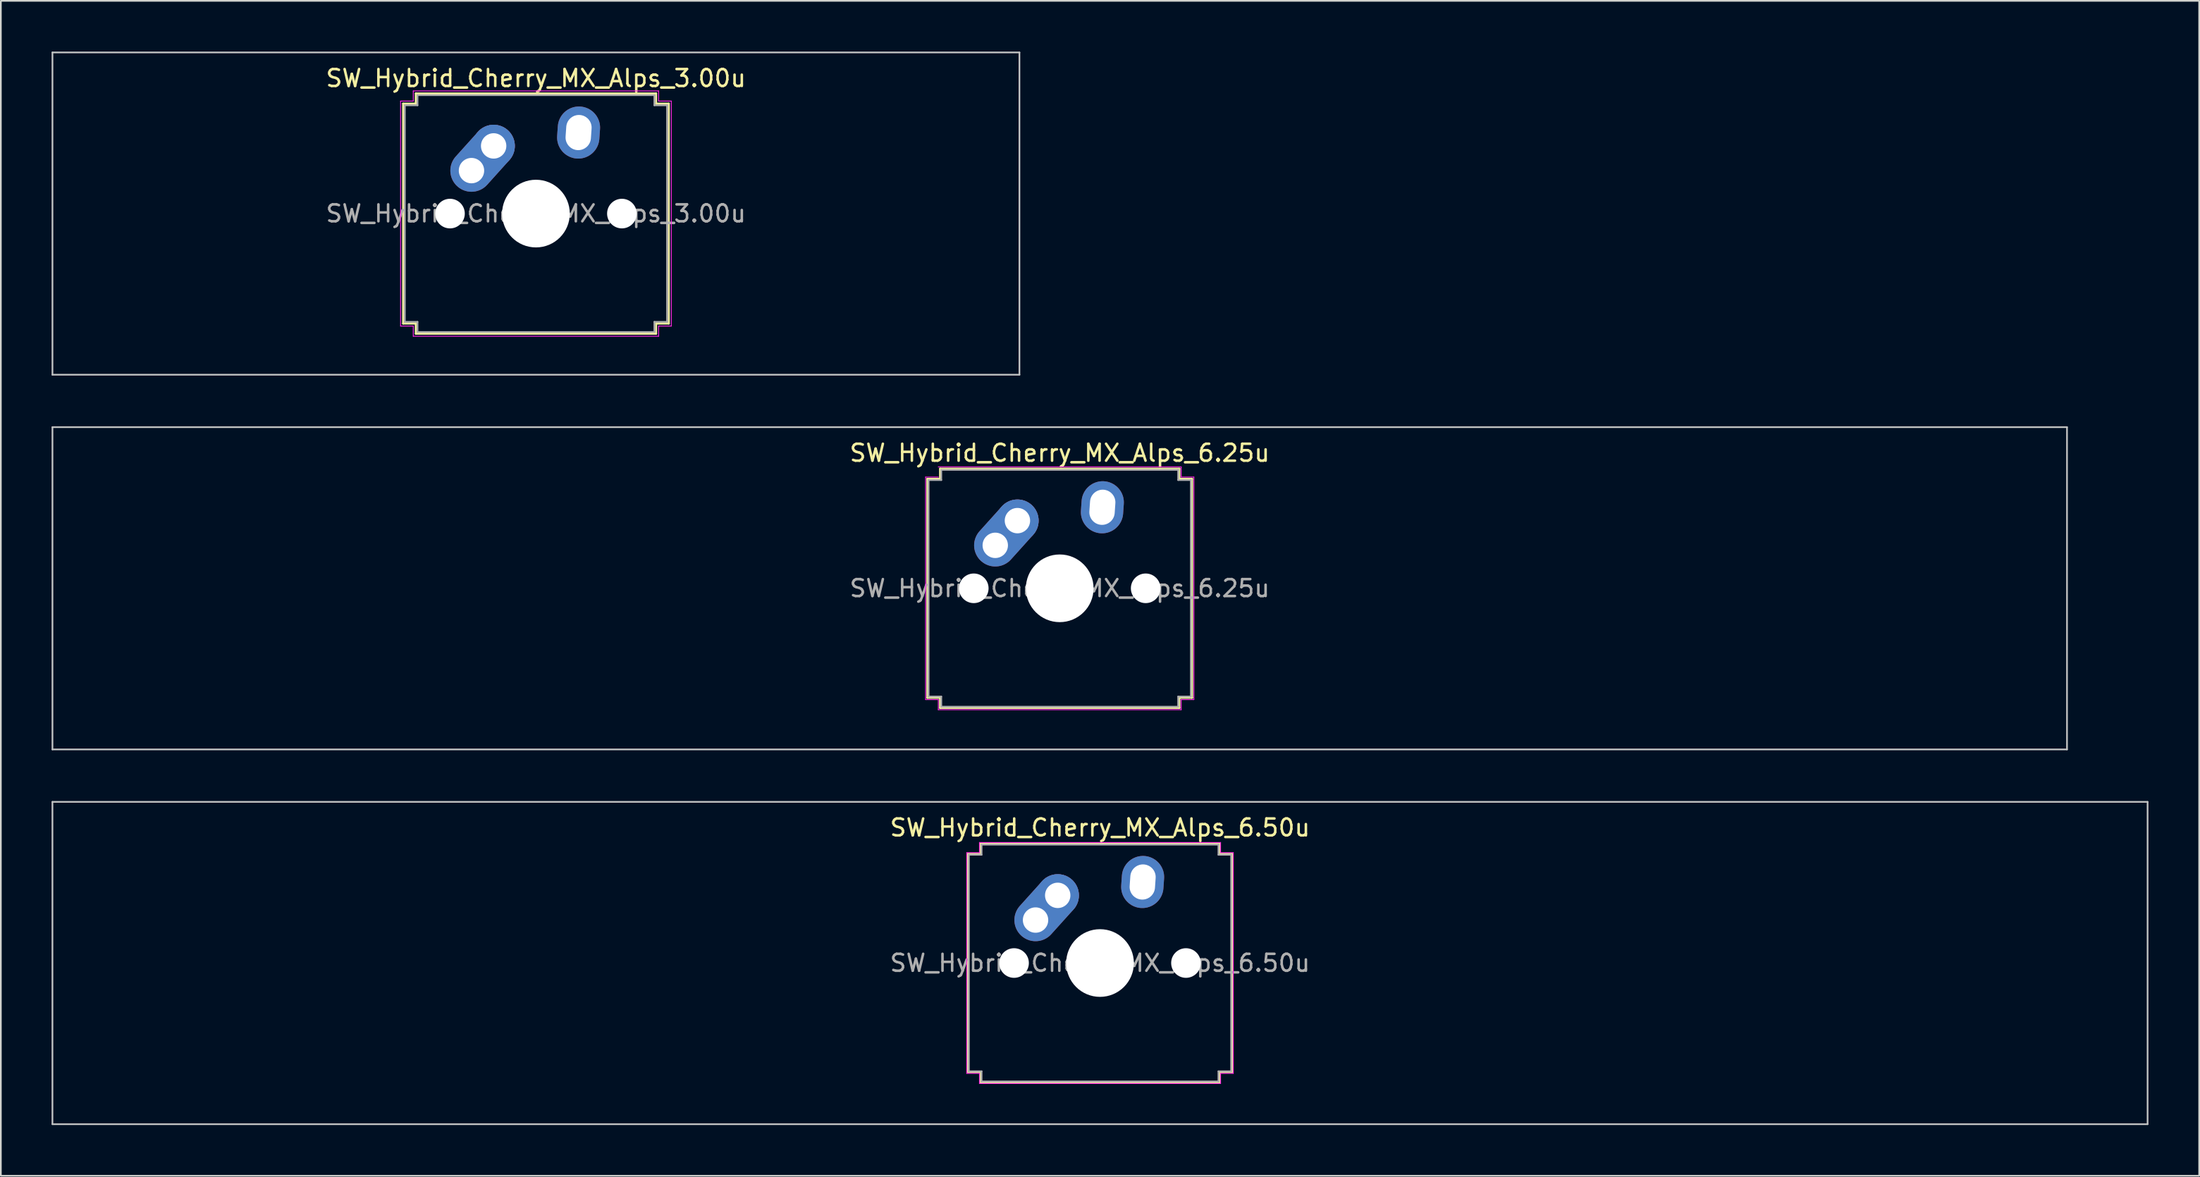
<source format=kicad_pcb>
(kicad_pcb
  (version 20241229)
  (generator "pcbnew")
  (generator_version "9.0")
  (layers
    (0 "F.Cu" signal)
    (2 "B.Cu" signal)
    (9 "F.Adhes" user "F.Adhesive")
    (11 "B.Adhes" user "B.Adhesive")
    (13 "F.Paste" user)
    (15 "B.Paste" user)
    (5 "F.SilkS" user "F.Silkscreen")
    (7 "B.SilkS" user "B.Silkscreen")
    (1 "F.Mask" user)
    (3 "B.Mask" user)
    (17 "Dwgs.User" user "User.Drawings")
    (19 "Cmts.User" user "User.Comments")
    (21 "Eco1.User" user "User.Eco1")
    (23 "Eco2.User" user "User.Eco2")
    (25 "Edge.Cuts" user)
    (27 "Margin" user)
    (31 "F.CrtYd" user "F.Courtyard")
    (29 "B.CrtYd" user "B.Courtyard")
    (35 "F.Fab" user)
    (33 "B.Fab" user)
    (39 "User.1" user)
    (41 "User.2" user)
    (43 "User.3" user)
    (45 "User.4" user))
  (footprint "SW_Hybrid_Cherry_MX_Alps_3.00u"
    (layer "F.Cu")
    (at 28.625 9.575)
    (property "Reference" "SW_Hybrid_Cherry_MX_Alps_3.00u" (at 0 -8 0) (layer "F.SilkS") (effects (font (size 1 1) (thickness 0.15))))
    (attr through_hole)
    (fp_line (start -7.85 -6.5) (end -7.1 -6.5) (stroke (width 0.12) (type solid)) (layer "F.SilkS"))
    (fp_line (start -7.85 6.5) (end -7.85 -6.5) (stroke (width 0.12) (type solid)) (layer "F.SilkS"))
    (fp_line (start -7.1 -7.1) (end 7.1 -7.1) (stroke (width 0.12) (type solid)) (layer "F.SilkS"))
    (fp_line (start -7.1 -6.5) (end -7.1 -7.1) (stroke (width 0.12) (type solid)) (layer "F.SilkS"))
    (fp_line (start -7.1 6.5) (end -7.85 6.5) (stroke (width 0.12) (type solid)) (layer "F.SilkS"))
    (fp_line (start -7.1 7.1) (end -7.1 6.5) (stroke (width 0.12) (type solid)) (layer "F.SilkS"))
    (fp_line (start 7.1 -7.1) (end 7.1 -6.5) (stroke (width 0.12) (type solid)) (layer "F.SilkS"))
    (fp_line (start 7.1 -6.5) (end 7.85 -6.5) (stroke (width 0.12) (type solid)) (layer "F.SilkS"))
    (fp_line (start 7.1 6.5) (end 7.1 7.1) (stroke (width 0.12) (type solid)) (layer "F.SilkS"))
    (fp_line (start 7.1 7.1) (end -7.1 7.1) (stroke (width 0.12) (type solid)) (layer "F.SilkS"))
    (fp_line (start 7.85 -6.5) (end 7.85 6.5) (stroke (width 0.12) (type solid)) (layer "F.SilkS"))
    (fp_line (start 7.85 6.5) (end 7.1 6.5) (stroke (width 0.12) (type solid)) (layer "F.SilkS"))
    (fp_line (start -28.575 -9.525) (end -28.575 9.525) (stroke (width 0.1) (type solid)) (layer "Dwgs.User"))
    (fp_line (start -28.575 9.525) (end 28.575 9.525) (stroke (width 0.1) (type solid)) (layer "Dwgs.User"))
    (fp_line (start 28.575 -9.525) (end -28.575 -9.525) (stroke (width 0.1) (type solid)) (layer "Dwgs.User"))
    (fp_line (start 28.575 9.525) (end 28.575 -9.525) (stroke (width 0.1) (type solid)) (layer "Dwgs.User"))
    (fp_line (start -8 -6.65) (end -7.25 -6.65) (stroke (width 0.05) (type solid)) (layer "F.CrtYd"))
    (fp_line (start -8 6.65) (end -8 -6.65) (stroke (width 0.05) (type solid)) (layer "F.CrtYd"))
    (fp_line (start -7.25 -7.25) (end 7.25 -7.25) (stroke (width 0.05) (type solid)) (layer "F.CrtYd"))
    (fp_line (start -7.25 -6.65) (end -7.25 -7.25) (stroke (width 0.05) (type solid)) (layer "F.CrtYd"))
    (fp_line (start -7.25 6.65) (end -8 6.65) (stroke (width 0.05) (type solid)) (layer "F.CrtYd"))
    (fp_line (start -7.25 7.25) (end -7.25 6.65) (stroke (width 0.05) (type solid)) (layer "F.CrtYd"))
    (fp_line (start 7.25 -7.25) (end 7.25 -6.65) (stroke (width 0.05) (type solid)) (layer "F.CrtYd"))
    (fp_line (start 7.25 -6.65) (end 8 -6.65) (stroke (width 0.05) (type solid)) (layer "F.CrtYd"))
    (fp_line (start 7.25 6.65) (end 7.25 7.25) (stroke (width 0.05) (type solid)) (layer "F.CrtYd"))
    (fp_line (start 7.25 7.25) (end -7.25 7.25) (stroke (width 0.05) (type solid)) (layer "F.CrtYd"))
    (fp_line (start 8 -6.65) (end 8 6.65) (stroke (width 0.05) (type solid)) (layer "F.CrtYd"))
    (fp_line (start 8 6.65) (end 7.25 6.65) (stroke (width 0.05) (type solid)) (layer "F.CrtYd"))
    (fp_line (start -7.75 -6.4) (end -7 -6.4) (stroke (width 0.1) (type solid)) (layer "F.Fab"))
    (fp_line (start -7.75 6.4) (end -7.75 -6.4) (stroke (width 0.1) (type solid)) (layer "F.Fab"))
    (fp_line (start -7 -7) (end 7 -7) (stroke (width 0.1) (type solid)) (layer "F.Fab"))
    (fp_line (start -7 -6.4) (end -7 -7) (stroke (width 0.1) (type solid)) (layer "F.Fab"))
    (fp_line (start -7 6.4) (end -7.75 6.4) (stroke (width 0.1) (type solid)) (layer "F.Fab"))
    (fp_line (start -7 7) (end -7 6.4) (stroke (width 0.1) (type solid)) (layer "F.Fab"))
    (fp_line (start 7 -7) (end 7 -6.4) (stroke (width 0.1) (type solid)) (layer "F.Fab"))
    (fp_line (start 7 -6.4) (end 7.75 -6.4) (stroke (width 0.1) (type solid)) (layer "F.Fab"))
    (fp_line (start 7 6.4) (end 7 7) (stroke (width 0.1) (type solid)) (layer "F.Fab"))
    (fp_line (start 7 7) (end -7 7) (stroke (width 0.1) (type solid)) (layer "F.Fab"))
    (fp_line (start 7.75 -6.4) (end 7.75 6.4) (stroke (width 0.1) (type solid)) (layer "F.Fab"))
    (fp_line (start 7.75 6.4) (end 7 6.4) (stroke (width 0.1) (type solid)) (layer "F.Fab"))
    (fp_text user "${REFERENCE}" (at 0 0 0) (layer "F.Fab") (effects (font (size 1 1) (thickness 0.15))))
    (pad "" np_thru_hole circle (at -5.08 0) (size 1.75 1.75) (drill 1.75) (layers "*.Cu" "*.Mask"))
    (pad "" smd circle (at -3.81 -2.54 48) (size 1.55 1.55) (layers "F.Mask"))
    (pad "" smd circle (at -2.5 -4) (size 1.55 1.55) (layers "F.Mask"))
    (pad "" np_thru_hole circle (at 0 0) (size 4 4) (drill 4) (layers "*.Cu" "*.Mask"))
    (pad "" smd oval (at 2.52 -4.79 86) (size 2.131 1.55) (layers "F.Mask"))
    (pad "" np_thru_hole circle (at 5.08 0) (size 1.75 1.75) (drill 1.75) (layers "*.Cu" "*.Mask"))
    (pad "1" thru_hole oval (at -3.81 -2.54 48) (size 4.462 2.5) (drill 1.5 (offset 0.981 0)) (layers "*.Cu" "B.Mask"))
    (pad "1" thru_hole circle (at -2.5 -4) (size 2.5 2.5) (drill 1.5) (layers "*.Cu" "B.Mask"))
    (pad "2" thru_hole oval (at 2.52 -4.79 86) (size 3.081 2.5) (drill oval 2.081 1.5) (layers "*.Cu" "B.Mask")))
  (footprint "SW_Hybrid_Cherry_MX_Alps_6.25u"
    (layer "F.Cu")
    (at 59.581 31.725)
    (property "Reference" "SW_Hybrid_Cherry_MX_Alps_6.25u" (at 0 -8 0) (layer "F.SilkS") (effects (font (size 1 1) (thickness 0.15))))
    (attr through_hole)
    (fp_line (start -7.821 -6.471) (end -7.071 -6.471) (stroke (width 0.12) (type solid)) (layer "F.SilkS"))
    (fp_line (start -7.821 6.471) (end -7.821 -6.471) (stroke (width 0.12) (type solid)) (layer "F.SilkS"))
    (fp_line (start -7.071 -7.071) (end 7.071 -7.071) (stroke (width 0.12) (type solid)) (layer "F.SilkS"))
    (fp_line (start -7.071 -6.471) (end -7.071 -7.071) (stroke (width 0.12) (type solid)) (layer "F.SilkS"))
    (fp_line (start -7.071 6.471) (end -7.821 6.471) (stroke (width 0.12) (type solid)) (layer "F.SilkS"))
    (fp_line (start -7.071 7.071) (end -7.071 6.471) (stroke (width 0.12) (type solid)) (layer "F.SilkS"))
    (fp_line (start 7.071 -7.071) (end 7.071 -6.471) (stroke (width 0.12) (type solid)) (layer "F.SilkS"))
    (fp_line (start 7.071 -6.471) (end 7.821 -6.471) (stroke (width 0.12) (type solid)) (layer "F.SilkS"))
    (fp_line (start 7.071 6.471) (end 7.071 7.071) (stroke (width 0.12) (type solid)) (layer "F.SilkS"))
    (fp_line (start 7.071 7.071) (end -7.071 7.071) (stroke (width 0.12) (type solid)) (layer "F.SilkS"))
    (fp_line (start 7.821 -6.471) (end 7.821 6.471) (stroke (width 0.12) (type solid)) (layer "F.SilkS"))
    (fp_line (start 7.821 6.471) (end 7.071 6.471) (stroke (width 0.12) (type solid)) (layer "F.SilkS"))
    (fp_line (start -59.531 -9.525) (end -59.531 9.525) (stroke (width 0.1) (type solid)) (layer "Dwgs.User"))
    (fp_line (start -59.531 9.525) (end 59.531 9.525) (stroke (width 0.1) (type solid)) (layer "Dwgs.User"))
    (fp_line (start 59.531 -9.525) (end -59.531 -9.525) (stroke (width 0.1) (type solid)) (layer "Dwgs.User"))
    (fp_line (start 59.531 9.525) (end 59.531 -9.525) (stroke (width 0.1) (type solid)) (layer "Dwgs.User"))
    (fp_line (start -7.927 -6.577) (end -7.177 -6.577) (stroke (width 0.05) (type solid)) (layer "F.CrtYd"))
    (fp_line (start -7.927 6.577) (end -7.927 -6.577) (stroke (width 0.05) (type solid)) (layer "F.CrtYd"))
    (fp_line (start -7.177 -7.177) (end 7.177 -7.177) (stroke (width 0.05) (type solid)) (layer "F.CrtYd"))
    (fp_line (start -7.177 6.577) (end -7.927 6.577) (stroke (width 0.05) (type solid)) (layer "F.CrtYd"))
    (fp_line (start -7.177 7.177) (end -7.177 6.577) (stroke (width 0.05) (type solid)) (layer "F.CrtYd"))
    (fp_line (start 7.177 -7.177) (end 7.177 -6.577) (stroke (width 0.05) (type solid)) (layer "F.CrtYd"))
    (fp_line (start 7.177 -6.577) (end 7.927 -6.577) (stroke (width 0.05) (type solid)) (layer "F.CrtYd"))
    (fp_line (start 7.177 6.577) (end 7.177 7.177) (stroke (width 0.05) (type solid)) (layer "F.CrtYd"))
    (fp_line (start 7.177 7.177) (end -7.177 7.177) (stroke (width 0.05) (type solid)) (layer "F.CrtYd"))
    (fp_line (start 7.927 -6.577) (end 7.927 6.577) (stroke (width 0.05) (type solid)) (layer "F.CrtYd"))
    (fp_line (start 7.927 6.577) (end 7.177 6.577) (stroke (width 0.05) (type solid)) (layer "F.CrtYd"))
    (fp_line (start -7.75 -6.4) (end -7 -6.4) (stroke (width 0.1) (type solid)) (layer "F.Fab"))
    (fp_line (start -7.75 6.4) (end -7.75 -6.4) (stroke (width 0.1) (type solid)) (layer "F.Fab"))
    (fp_line (start -7 -7) (end 7 -7) (stroke (width 0.1) (type solid)) (layer "F.Fab"))
    (fp_line (start -7 -6.4) (end -7 -7) (stroke (width 0.1) (type solid)) (layer "F.Fab"))
    (fp_line (start -7 6.4) (end -7.75 6.4) (stroke (width 0.1) (type solid)) (layer "F.Fab"))
    (fp_line (start -7 7) (end -7 6.4) (stroke (width 0.1) (type solid)) (layer "F.Fab"))
    (fp_line (start 7 -7) (end 7 -6.4) (stroke (width 0.1) (type solid)) (layer "F.Fab"))
    (fp_line (start 7 -6.4) (end 7.75 -6.4) (stroke (width 0.1) (type solid)) (layer "F.Fab"))
    (fp_line (start 7 6.4) (end 7 7) (stroke (width 0.1) (type solid)) (layer "F.Fab"))
    (fp_line (start 7 7) (end -7 7) (stroke (width 0.1) (type solid)) (layer "F.Fab"))
    (fp_line (start 7.75 -6.4) (end 7.75 6.4) (stroke (width 0.1) (type solid)) (layer "F.Fab"))
    (fp_line (start 7.75 6.4) (end 7 6.4) (stroke (width 0.1) (type solid)) (layer "F.Fab"))
    (fp_text user "${REFERENCE}" (at 0 0 0) (layer "F.Fab") (effects (font (size 1 1) (thickness 0.15))))
    (pad "" np_thru_hole circle (at -5.08 0) (size 1.75 1.75) (drill 1.75) (layers "*.Cu" "*.Mask"))
    (pad "" np_thru_hole circle (at 0 0) (size 4 4) (drill 4) (layers "*.Cu" "*.Mask"))
    (pad "" np_thru_hole circle (at 5.08 0) (size 1.75 1.75) (drill 1.75) (layers "*.Cu" "*.Mask"))
    (pad "1" thru_hole oval (at -3.81 -2.54 48) (size 4.462 2.5) (drill 1.5 (offset 0.981 0)) (layers "*.Cu" "*.Mask"))
    (pad "1" thru_hole circle (at -2.5 -4) (size 2.5 2.5) (drill 1.5) (layers "*.Cu" "*.Mask"))
    (pad "2" thru_hole oval (at 2.52 -4.79 86) (size 3.081 2.5) (drill oval 2.081 1.5) (layers "*.Cu" "*.Mask")))
  (footprint "SW_Hybrid_Cherry_MX_Alps_6.50u"
    (layer "F.Cu")
    (at 61.962 53.875)
    (property "Reference" "SW_Hybrid_Cherry_MX_Alps_6.50u" (at 0 -8 0) (layer "F.SilkS") (effects (font (size 1 1) (thickness 0.15))))
    (attr through_hole)
    (fp_line (start -7.8 -6.45) (end -7.05 -6.45) (stroke (width 0.12) (type solid)) (layer "F.SilkS"))
    (fp_line (start -7.8 6.45) (end -7.8 -6.45) (stroke (width 0.12) (type solid)) (layer "F.SilkS"))
    (fp_line (start -7.05 -7.05) (end 7.05 -7.05) (stroke (width 0.12) (type solid)) (layer "F.SilkS"))
    (fp_line (start -7.05 -6.45) (end -7.05 -7.05) (stroke (width 0.12) (type solid)) (layer "F.SilkS"))
    (fp_line (start -7.05 6.45) (end -7.8 6.45) (stroke (width 0.12) (type solid)) (layer "F.SilkS"))
    (fp_line (start -7.05 7.05) (end -7.05 6.45) (stroke (width 0.12) (type solid)) (layer "F.SilkS"))
    (fp_line (start 7.05 -7.05) (end 7.05 -6.45) (stroke (width 0.12) (type solid)) (layer "F.SilkS"))
    (fp_line (start 7.05 -6.45) (end 7.8 -6.45) (stroke (width 0.12) (type solid)) (layer "F.SilkS"))
    (fp_line (start 7.05 6.45) (end 7.05 7.05) (stroke (width 0.12) (type solid)) (layer "F.SilkS"))
    (fp_line (start 7.05 7.05) (end -7.05 7.05) (stroke (width 0.12) (type solid)) (layer "F.SilkS"))
    (fp_line (start 7.8 -6.45) (end 7.8 6.45) (stroke (width 0.12) (type solid)) (layer "F.SilkS"))
    (fp_line (start 7.8 6.45) (end 7.05 6.45) (stroke (width 0.12) (type solid)) (layer "F.SilkS"))
    (fp_line (start -61.913 -9.525) (end -61.913 9.525) (stroke (width 0.1) (type solid)) (layer "Dwgs.User"))
    (fp_line (start -61.913 9.525) (end 61.913 9.525) (stroke (width 0.1) (type solid)) (layer "Dwgs.User"))
    (fp_line (start 61.913 -9.525) (end -61.913 -9.525) (stroke (width 0.1) (type solid)) (layer "Dwgs.User"))
    (fp_line (start 61.913 9.525) (end 61.913 -9.525) (stroke (width 0.1) (type solid)) (layer "Dwgs.User"))
    (fp_line (start -7.875 -6.525) (end -7.125 -6.525) (stroke (width 0.05) (type solid)) (layer "F.CrtYd"))
    (fp_line (start -7.875 6.525) (end -7.875 -6.525) (stroke (width 0.05) (type solid)) (layer "F.CrtYd"))
    (fp_line (start -7.125 -7.125) (end 7.125 -7.125) (stroke (width 0.05) (type solid)) (layer "F.CrtYd"))
    (fp_line (start -7.125 -6.525) (end -7.125 -7.125) (stroke (width 0.05) (type solid)) (layer "F.CrtYd"))
    (fp_line (start -7.125 6.525) (end -7.875 6.525) (stroke (width 0.05) (type solid)) (layer "F.CrtYd"))
    (fp_line (start -7.125 7.125) (end -7.125 6.525) (stroke (width 0.05) (type solid)) (layer "F.CrtYd"))
    (fp_line (start 7.125 -7.125) (end 7.125 -6.525) (stroke (width 0.05) (type solid)) (layer "F.CrtYd"))
    (fp_line (start 7.125 -6.525) (end 7.875 -6.525) (stroke (width 0.05) (type solid)) (layer "F.CrtYd"))
    (fp_line (start 7.125 6.525) (end 7.125 7.125) (stroke (width 0.05) (type solid)) (layer "F.CrtYd"))
    (fp_line (start 7.125 7.125) (end -7.125 7.125) (stroke (width 0.05) (type solid)) (layer "F.CrtYd"))
    (fp_line (start 7.875 -6.525) (end 7.875 6.525) (stroke (width 0.05) (type solid)) (layer "F.CrtYd"))
    (fp_line (start 7.875 6.525) (end 7.125 6.525) (stroke (width 0.05) (type solid)) (layer "F.CrtYd"))
    (fp_line (start -7.75 -6.4) (end -7 -6.4) (stroke (width 0.1) (type solid)) (layer "F.Fab"))
    (fp_line (start -7.75 6.4) (end -7.75 -6.4) (stroke (width 0.1) (type solid)) (layer "F.Fab"))
    (fp_line (start -7 -7) (end 7 -7) (stroke (width 0.1) (type solid)) (layer "F.Fab"))
    (fp_line (start -7 -6.4) (end -7 -7) (stroke (width 0.1) (type solid)) (layer "F.Fab"))
    (fp_line (start -7 6.4) (end -7.75 6.4) (stroke (width 0.1) (type solid)) (layer "F.Fab"))
    (fp_line (start -7 7) (end -7 6.4) (stroke (width 0.1) (type solid)) (layer "F.Fab"))
    (fp_line (start 7 -7) (end 7 -6.4) (stroke (width 0.1) (type solid)) (layer "F.Fab"))
    (fp_line (start 7 -6.4) (end 7.75 -6.4) (stroke (width 0.1) (type solid)) (layer "F.Fab"))
    (fp_line (start 7 6.4) (end 7 7) (stroke (width 0.1) (type solid)) (layer "F.Fab"))
    (fp_line (start 7 7) (end -7 7) (stroke (width 0.1) (type solid)) (layer "F.Fab"))
    (fp_line (start 7.75 -6.4) (end 7.75 6.4) (stroke (width 0.1) (type solid)) (layer "F.Fab"))
    (fp_line (start 7.75 6.4) (end 7 6.4) (stroke (width 0.1) (type solid)) (layer "F.Fab"))
    (fp_text user "${REFERENCE}" (at 0 0 0) (layer "F.Fab") (effects (font (size 1 1) (thickness 0.15))))
    (pad "" np_thru_hole circle (at -5.08 0) (size 1.75 1.75) (drill 1.75) (layers "*.Cu" "*.Mask"))
    (pad "" np_thru_hole circle (at 0 0) (size 4 4) (drill 4) (layers "*.Cu" "*.Mask"))
    (pad "" np_thru_hole circle (at 5.08 0) (size 1.75 1.75) (drill 1.75) (layers "*.Cu" "*.Mask"))
    (pad "1" thru_hole oval (at -3.81 -2.54 48) (size 4.462 2.5) (drill 1.5 (offset 0.981 0)) (layers "*.Cu" "B.Mask"))
    (pad "1" thru_hole circle (at -2.5 -4) (size 2.5 2.5) (drill 1.5) (layers "*.Cu" "B.Mask"))
    (pad "2" thru_hole oval (at 2.52 -4.79 86) (size 3.081 2.5) (drill oval 2.081 1.5) (layers "*.Cu" "B.Mask")))
  (gr_rect
    (start -3 -3)
    (end 126.925 66.45)
    (stroke (width 0.1) (type default))
    (fill no)
    (layer "Edge.Cuts")))
</source>
